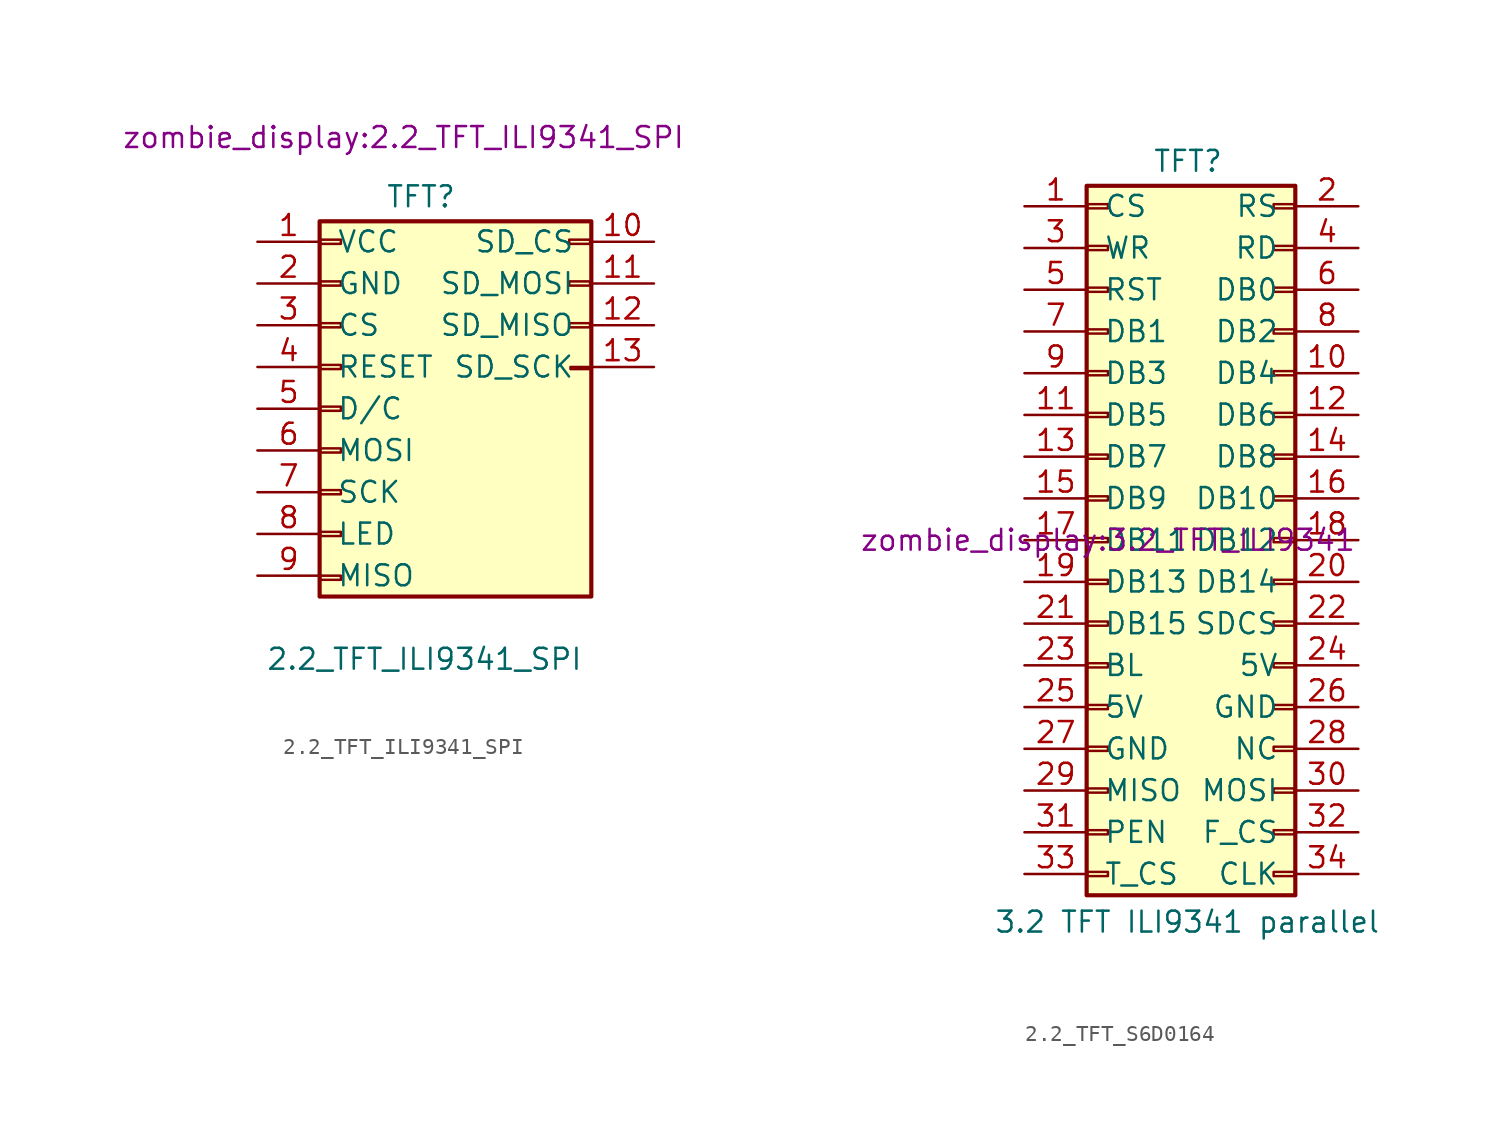
<source format=kicad_sym>
(kicad_symbol_lib
  (version 20220914)
  (generator kicad_symbol_editor)
  (symbol "2.2_TFT_ILI9341_SPI"
    (pin_names
      (offset 1.016))
    (property "Reference" "TFT"
      (at -0.203 10.363 0)
      (effects (font (size 1.27 1.27))))
    (property "Value" "2.2_TFT_ILI9341_SPI"
      (at 0 -17.78 0)
      (effects (font (size 1.27 1.27))))
    (property "Footprint" "zombie_display:2.2_TFT_ILI9341_SPI"
      (at -1.27 13.97 0)
      (effects (font (size 1.27 1.27))))
    (symbol "2.2_TFT_ILI9341_SPI_1_1"
      (rectangle (start -6.375 8.865) (end 10.16 -13.97) (stroke (width 0.254) (type default)) (fill (type background)))
      (rectangle (start -6.35 -12.7) (end -5.08 -12.954) (stroke (width 0.152) (type default)) (fill (type none)))
      (rectangle (start -6.35 -10.033) (end -5.08 -10.287) (stroke (width 0.152) (type default)) (fill (type none)))
      (rectangle (start -6.35 -7.493) (end -5.08 -7.747) (stroke (width 0.152) (type default)) (fill (type none)))
      (rectangle (start -6.35 -4.953) (end -5.08 -5.207) (stroke (width 0.152) (type default)) (fill (type none)))
      (rectangle (start -6.35 -2.413) (end -5.08 -2.667) (stroke (width 0.152) (type default)) (fill (type none)))
      (rectangle (start -6.35 0.127) (end -5.08 -0.127) (stroke (width 0.152) (type default)) (fill (type none)))
      (rectangle (start -6.35 2.667) (end -5.08 2.413) (stroke (width 0.152) (type default)) (fill (type none)))
      (rectangle (start -6.35 5.207) (end -5.08 4.953) (stroke (width 0.152) (type default)) (fill (type none)))
      (rectangle (start -6.35 7.747) (end -5.08 7.493) (stroke (width 0.152) (type default)) (fill (type none)))
      (rectangle (start 8.89 0) (end 10.16 -0.127) (stroke (width 0.152) (type default)) (fill (type none)))
      (rectangle (start 10.084 2.667) (end 8.814 2.413) (stroke (width 0.152) (type default)) (fill (type none)))
      (rectangle (start 10.084 5.207) (end 8.814 4.953) (stroke (width 0.152) (type default)) (fill (type none)))
      (rectangle (start 10.084 7.747) (end 8.814 7.493) (stroke (width 0.152) (type default)) (fill (type none)))
      (pin passive line (at -10.16 7.62 0) (length 3.81) (name "VCC" (effects (font (size 1.27 1.27)))) (number "1" (effects (font (size 1.27 1.27)))))
      (pin passive line (at 13.97 7.62 180) (length 3.81) (name "SD_CS" (effects (font (size 1.27 1.27)))) (number "10" (effects (font (size 1.27 1.27)))))
      (pin passive line (at 13.97 5.08 180) (length 3.81) (name "SD_MOSI" (effects (font (size 1.27 1.27)))) (number "11" (effects (font (size 1.27 1.27)))))
      (pin passive line (at 13.97 2.54 180) (length 3.81) (name "SD_MISO" (effects (font (size 1.27 1.27)))) (number "12" (effects (font (size 1.27 1.27)))))
      (pin passive line (at 13.97 0 180) (length 3.81) (name "SD_SCK" (effects (font (size 1.27 1.27)))) (number "13" (effects (font (size 1.27 1.27)))))
      (pin passive line (at -10.16 5.08 0) (length 3.81) (name "GND" (effects (font (size 1.27 1.27)))) (number "2" (effects (font (size 1.27 1.27)))))
      (pin passive line (at -10.16 2.54 0) (length 3.81) (name "CS" (effects (font (size 1.27 1.27)))) (number "3" (effects (font (size 1.27 1.27)))))
      (pin passive line (at -10.16 0 0) (length 3.81) (name "RESET" (effects (font (size 1.27 1.27)))) (number "4" (effects (font (size 1.27 1.27)))))
      (pin passive line (at -10.16 -2.54 0) (length 3.81) (name "D/C" (effects (font (size 1.27 1.27)))) (number "5" (effects (font (size 1.27 1.27)))))
      (pin passive line (at -10.16 -5.08 0) (length 3.81) (name "MOSI" (effects (font (size 1.27 1.27)))) (number "6" (effects (font (size 1.27 1.27)))))
      (pin passive line (at -10.16 -7.62 0) (length 3.81) (name "SCK" (effects (font (size 1.27 1.27)))) (number "7" (effects (font (size 1.27 1.27)))))
      (pin passive line (at -10.16 -10.16 0) (length 3.81) (name "LED" (effects (font (size 1.27 1.27)))) (number "8" (effects (font (size 1.27 1.27)))))
      (pin passive line (at -10.16 -12.7 0) (length 3.81) (name "MISO" (effects (font (size 1.27 1.27)))) (number "9" (effects (font (size 1.27 1.27)))))))
  (symbol "2.2_TFT_S6D0164"
    (pin_names
      (offset 1.016))
    (property "Reference" "TFT"
      (at 4.877 23.063 0)
      (effects (font (size 1.27 1.27))))
    (property "Value" "3.2 TFT ILI9341 parallel"
      (at 4.826 -23.241 0)
      (effects (font (size 1.27 1.27))))
    (property "Footprint" "zombie_display:3.2_TFT_ILI9341"
      (at 0 0 0)
      (effects (font (size 1.27 1.27))))
    (symbol "2.2_TFT_S6D0164_1_1"
      (rectangle (start -1.295 21.565) (end 11.405 -21.615) (stroke (width 0.254) (type default)) (fill (type background)))
      (rectangle (start -1.27 -20.193) (end 0 -20.447) (stroke (width 0.152) (type default)) (fill (type none)))
      (rectangle (start -1.27 -17.653) (end 0 -17.907) (stroke (width 0.152) (type default)) (fill (type none)))
      (rectangle (start -1.27 -15.113) (end 0 -15.367) (stroke (width 0.152) (type default)) (fill (type none)))
      (rectangle (start -1.27 -12.573) (end 0 -12.827) (stroke (width 0.152) (type default)) (fill (type none)))
      (rectangle (start -1.27 -10.033) (end 0 -10.287) (stroke (width 0.152) (type default)) (fill (type none)))
      (rectangle (start -1.27 -7.493) (end 0 -7.747) (stroke (width 0.152) (type default)) (fill (type none)))
      (rectangle (start -1.27 -4.953) (end 0 -5.207) (stroke (width 0.152) (type default)) (fill (type none)))
      (rectangle (start -1.27 -2.413) (end 0 -2.667) (stroke (width 0.152) (type default)) (fill (type none)))
      (rectangle (start -1.27 0.127) (end 0 -0.127) (stroke (width 0.152) (type default)) (fill (type none)))
      (rectangle (start -1.27 2.667) (end 0 2.413) (stroke (width 0.152) (type default)) (fill (type none)))
      (rectangle (start -1.27 5.207) (end 0 4.953) (stroke (width 0.152) (type default)) (fill (type none)))
      (rectangle (start -1.27 7.747) (end 0 7.493) (stroke (width 0.152) (type default)) (fill (type none)))
      (rectangle (start -1.27 10.287) (end 0 10.033) (stroke (width 0.152) (type default)) (fill (type none)))
      (rectangle (start -1.27 12.827) (end 0 12.573) (stroke (width 0.152) (type default)) (fill (type none)))
      (rectangle (start -1.27 15.367) (end 0 15.113) (stroke (width 0.152) (type default)) (fill (type none)))
      (rectangle (start -1.27 17.907) (end 0 17.653) (stroke (width 0.152) (type default)) (fill (type none)))
      (rectangle (start -1.27 20.447) (end 0 20.193) (stroke (width 0.152) (type default)) (fill (type none)))
      (rectangle (start 10.084 -20.193) (end 11.354 -20.447) (stroke (width 0.152) (type default)) (fill (type none)))
      (rectangle (start 10.084 -7.493) (end 11.354 -7.747) (stroke (width 0.152) (type default)) (fill (type none)))
      (rectangle (start 11.354 -17.653) (end 10.084 -17.907) (stroke (width 0.152) (type default)) (fill (type none)))
      (rectangle (start 11.354 -15.113) (end 10.084 -15.367) (stroke (width 0.152) (type default)) (fill (type none)))
      (rectangle (start 11.354 -12.573) (end 10.084 -12.827) (stroke (width 0.152) (type default)) (fill (type none)))
      (rectangle (start 11.354 -10.033) (end 10.084 -10.287) (stroke (width 0.152) (type default)) (fill (type none)))
      (rectangle (start 11.354 -4.953) (end 10.084 -5.207) (stroke (width 0.152) (type default)) (fill (type none)))
      (rectangle (start 11.354 -2.413) (end 10.084 -2.667) (stroke (width 0.152) (type default)) (fill (type none)))
      (rectangle (start 11.354 0.127) (end 10.084 -0.127) (stroke (width 0.152) (type default)) (fill (type none)))
      (rectangle (start 11.354 2.667) (end 10.084 2.413) (stroke (width 0.152) (type default)) (fill (type none)))
      (rectangle (start 11.354 5.207) (end 10.084 4.953) (stroke (width 0.152) (type default)) (fill (type none)))
      (rectangle (start 11.354 7.747) (end 10.084 7.493) (stroke (width 0.152) (type default)) (fill (type none)))
      (rectangle (start 11.354 10.287) (end 10.084 10.033) (stroke (width 0.152) (type default)) (fill (type none)))
      (rectangle (start 11.354 12.827) (end 10.084 12.573) (stroke (width 0.152) (type default)) (fill (type none)))
      (rectangle (start 11.354 15.367) (end 10.084 15.113) (stroke (width 0.152) (type default)) (fill (type none)))
      (rectangle (start 11.354 17.907) (end 10.084 17.653) (stroke (width 0.152) (type default)) (fill (type none)))
      (rectangle (start 11.354 20.447) (end 10.084 20.193) (stroke (width 0.152) (type default)) (fill (type none)))
      (pin passive line (at -5.08 20.32 0) (length 3.81) (name "CS" (effects (font (size 1.27 1.27)))) (number "1" (effects (font (size 1.27 1.27)))))
      (pin passive line (at 15.24 10.16 180) (length 3.81) (name "DB4" (effects (font (size 1.27 1.27)))) (number "10" (effects (font (size 1.27 1.27)))))
      (pin passive line (at -5.08 7.62 0) (length 3.81) (name "DB5" (effects (font (size 1.27 1.27)))) (number "11" (effects (font (size 1.27 1.27)))))
      (pin passive line (at 15.24 7.62 180) (length 3.81) (name "DB6" (effects (font (size 1.27 1.27)))) (number "12" (effects (font (size 1.27 1.27)))))
      (pin passive line (at -5.08 5.08 0) (length 3.81) (name "DB7" (effects (font (size 1.27 1.27)))) (number "13" (effects (font (size 1.27 1.27)))))
      (pin passive line (at 15.24 5.08 180) (length 3.81) (name "DB8" (effects (font (size 1.27 1.27)))) (number "14" (effects (font (size 1.27 1.27)))))
      (pin passive line (at -5.08 2.54 0) (length 3.81) (name "DB9" (effects (font (size 1.27 1.27)))) (number "15" (effects (font (size 1.27 1.27)))))
      (pin passive line (at 15.24 2.54 180) (length 3.81) (name "DB10" (effects (font (size 1.27 1.27)))) (number "16" (effects (font (size 1.27 1.27)))))
      (pin passive line (at -5.08 0 0) (length 3.81) (name "DB11" (effects (font (size 1.27 1.27)))) (number "17" (effects (font (size 1.27 1.27)))))
      (pin passive line (at 15.24 0 180) (length 3.81) (name "DB12" (effects (font (size 1.27 1.27)))) (number "18" (effects (font (size 1.27 1.27)))))
      (pin passive line (at -5.08 -2.54 0) (length 3.81) (name "DB13" (effects (font (size 1.27 1.27)))) (number "19" (effects (font (size 1.27 1.27)))))
      (pin passive line (at 15.24 20.32 180) (length 3.81) (name "RS" (effects (font (size 1.27 1.27)))) (number "2" (effects (font (size 1.27 1.27)))))
      (pin passive line (at 15.24 -2.54 180) (length 3.81) (name "DB14" (effects (font (size 1.27 1.27)))) (number "20" (effects (font (size 1.27 1.27)))))
      (pin passive line (at -5.08 -5.08 0) (length 3.81) (name "DB15" (effects (font (size 1.27 1.27)))) (number "21" (effects (font (size 1.27 1.27)))))
      (pin passive line (at 15.24 -5.08 180) (length 3.81) (name "SDCS" (effects (font (size 1.27 1.27)))) (number "22" (effects (font (size 1.27 1.27)))))
      (pin passive line (at -5.08 -7.62 0) (length 3.81) (name "BL" (effects (font (size 1.27 1.27)))) (number "23" (effects (font (size 1.27 1.27)))))
      (pin passive line (at 15.24 -7.62 180) (length 3.81) (name "5V" (effects (font (size 1.27 1.27)))) (number "24" (effects (font (size 1.27 1.27)))))
      (pin passive line (at -5.08 -10.16 0) (length 3.81) (name "5V" (effects (font (size 1.27 1.27)))) (number "25" (effects (font (size 1.27 1.27)))))
      (pin passive line (at 15.24 -10.16 180) (length 3.81) (name "GND" (effects (font (size 1.27 1.27)))) (number "26" (effects (font (size 1.27 1.27)))))
      (pin passive line (at -5.08 -12.7 0) (length 3.81) (name "GND" (effects (font (size 1.27 1.27)))) (number "27" (effects (font (size 1.27 1.27)))))
      (pin passive line (at 15.24 -12.7 180) (length 3.81) (name "NC" (effects (font (size 1.27 1.27)))) (number "28" (effects (font (size 1.27 1.27)))))
      (pin passive line (at -5.08 -15.24 0) (length 3.81) (name "MISO" (effects (font (size 1.27 1.27)))) (number "29" (effects (font (size 1.27 1.27)))))
      (pin passive line (at -5.08 17.78 0) (length 3.81) (name "WR" (effects (font (size 1.27 1.27)))) (number "3" (effects (font (size 1.27 1.27)))))
      (pin passive line (at 15.24 -15.24 180) (length 3.81) (name "MOSI" (effects (font (size 1.27 1.27)))) (number "30" (effects (font (size 1.27 1.27)))))
      (pin passive line (at -5.08 -17.78 0) (length 3.81) (name "PEN" (effects (font (size 1.27 1.27)))) (number "31" (effects (font (size 1.27 1.27)))))
      (pin passive line (at 15.24 -17.78 180) (length 3.81) (name "F_CS" (effects (font (size 1.27 1.27)))) (number "32" (effects (font (size 1.27 1.27)))))
      (pin passive line (at -5.08 -20.32 0) (length 3.81) (name "T_CS" (effects (font (size 1.27 1.27)))) (number "33" (effects (font (size 1.27 1.27)))))
      (pin passive line (at 15.24 -20.32 180) (length 3.81) (name "CLK" (effects (font (size 1.27 1.27)))) (number "34" (effects (font (size 1.27 1.27)))))
      (pin passive line (at 15.24 17.78 180) (length 3.81) (name "RD" (effects (font (size 1.27 1.27)))) (number "4" (effects (font (size 1.27 1.27)))))
      (pin passive line (at -5.08 15.24 0) (length 3.81) (name "RST" (effects (font (size 1.27 1.27)))) (number "5" (effects (font (size 1.27 1.27)))))
      (pin passive line (at 15.24 15.24 180) (length 3.81) (name "DB0" (effects (font (size 1.27 1.27)))) (number "6" (effects (font (size 1.27 1.27)))))
      (pin passive line (at -5.08 12.7 0) (length 3.81) (name "DB1" (effects (font (size 1.27 1.27)))) (number "7" (effects (font (size 1.27 1.27)))))
      (pin passive line (at 15.24 12.7 180) (length 3.81) (name "DB2" (effects (font (size 1.27 1.27)))) (number "8" (effects (font (size 1.27 1.27)))))
      (pin passive line (at -5.08 10.16 0) (length 3.81) (name "DB3" (effects (font (size 1.27 1.27)))) (number "9" (effects (font (size 1.27 1.27))))))))
</source>
